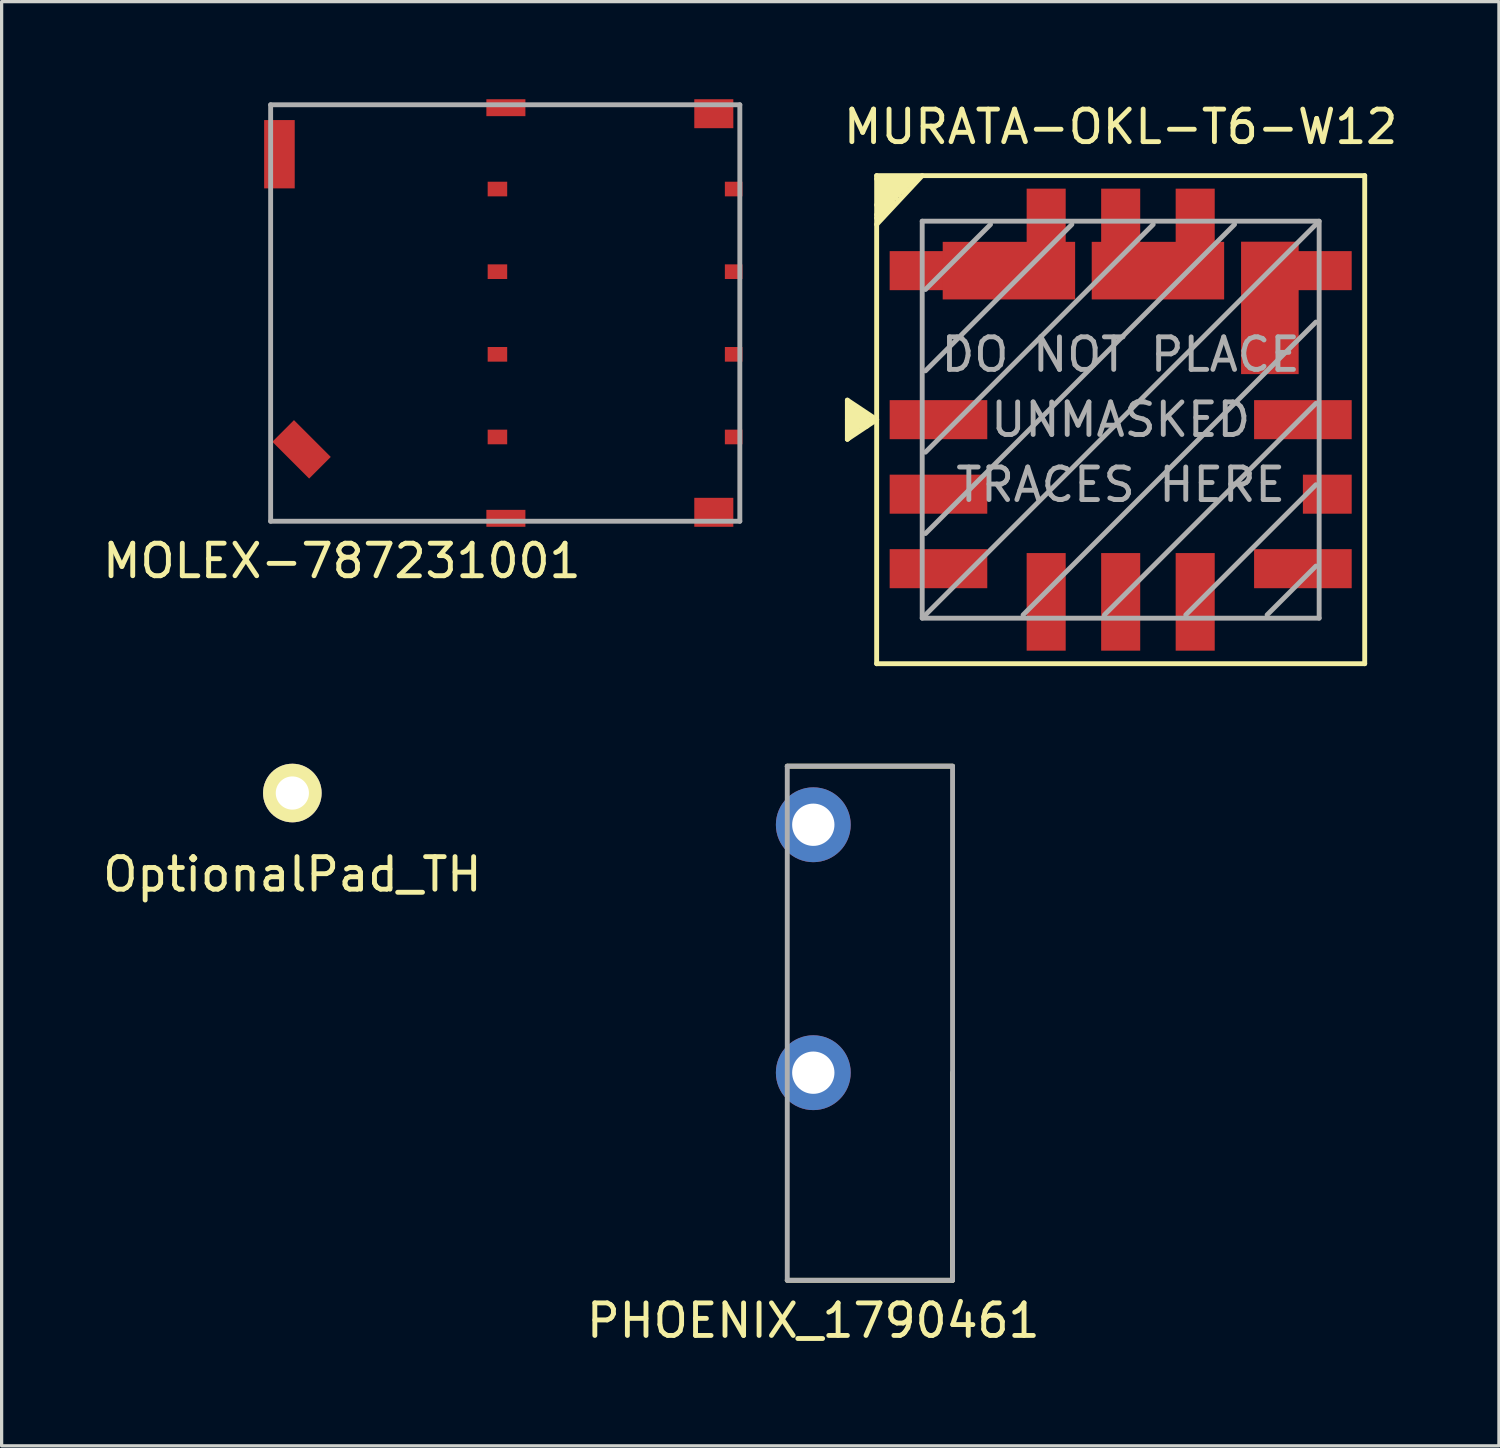
<source format=kicad_pcb>
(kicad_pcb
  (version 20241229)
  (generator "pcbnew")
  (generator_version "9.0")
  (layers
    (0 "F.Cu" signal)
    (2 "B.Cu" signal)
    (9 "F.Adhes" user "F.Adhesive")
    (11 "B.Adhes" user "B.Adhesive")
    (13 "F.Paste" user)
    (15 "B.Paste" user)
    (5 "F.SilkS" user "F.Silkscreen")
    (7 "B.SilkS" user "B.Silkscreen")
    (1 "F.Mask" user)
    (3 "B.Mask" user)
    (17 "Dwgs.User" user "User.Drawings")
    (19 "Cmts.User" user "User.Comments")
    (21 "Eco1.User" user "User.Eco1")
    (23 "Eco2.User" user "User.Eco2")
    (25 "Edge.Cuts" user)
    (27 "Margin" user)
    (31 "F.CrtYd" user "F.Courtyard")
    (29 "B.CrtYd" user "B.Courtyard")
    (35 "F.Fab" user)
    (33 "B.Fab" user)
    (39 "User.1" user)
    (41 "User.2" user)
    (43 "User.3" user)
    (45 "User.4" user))
  (footprint "OptionalPad_TH"
    (layer "F.Cu")
    (at 5.935 21.323)
    (property "Reference" "OptionalPad_TH" (at 0 2.5 0) (layer "F.SilkS") (effects (font (size 1 1) (thickness 0.15))))
    (attr through_hole)
    (pad "1" thru_hole circle (at 0 0) (size 1.8 1.8) (drill 1.02) (layers "*.Cu" "*.Mask" "F.SilkS")))
  (footprint "MURATA-OKL-T6-W12"
    (layer "F.Cu")
    (at 31.393 9.848)
    (property "Reference" "MURATA-OKL-T6-W12" (at 0 -9 0) (layer "F.SilkS") (effects (font (size 1 1) (thickness 0.15))))
    (attr through_hole)
    (fp_line (start -8.4 -0.6) (end -8.4 0.6) (stroke (width 0.15) (type solid)) (layer "F.SilkS"))
    (fp_line (start -8.4 -0.6) (end -7.5 0) (stroke (width 0.15) (type solid)) (layer "F.SilkS"))
    (fp_line (start -8.4 0.6) (end -8.3 0.5) (stroke (width 0.15) (type solid)) (layer "F.SilkS"))
    (fp_line (start -8.3 -0.4) (end -8.2 -0.3) (stroke (width 0.15) (type solid)) (layer "F.SilkS"))
    (fp_line (start -8.3 0.5) (end -8.3 -0.4) (stroke (width 0.15) (type solid)) (layer "F.SilkS"))
    (fp_line (start -8.2 -0.3) (end -8.2 0.4) (stroke (width 0.15) (type solid)) (layer "F.SilkS"))
    (fp_line (start -8.2 0.4) (end -8.1 0.3) (stroke (width 0.15) (type solid)) (layer "F.SilkS"))
    (fp_line (start -8.1 -0.3) (end -8 -0.2) (stroke (width 0.15) (type solid)) (layer "F.SilkS"))
    (fp_line (start -8.1 0.3) (end -8.1 -0.3) (stroke (width 0.15) (type solid)) (layer "F.SilkS"))
    (fp_line (start -8 -0.2) (end -8 0.2) (stroke (width 0.15) (type solid)) (layer "F.SilkS"))
    (fp_line (start -8 0.2) (end -7.9 0.2) (stroke (width 0.15) (type solid)) (layer "F.SilkS"))
    (fp_line (start -7.9 -0.2) (end -7.8 -0.1) (stroke (width 0.15) (type solid)) (layer "F.SilkS"))
    (fp_line (start -7.9 0.2) (end -7.9 -0.2) (stroke (width 0.15) (type solid)) (layer "F.SilkS"))
    (fp_line (start -7.8 -0.1) (end -7.8 0.2) (stroke (width 0.15) (type solid)) (layer "F.SilkS"))
    (fp_line (start -7.5 -7.5) (end 7.5 -7.5) (stroke (width 0.15) (type solid)) (layer "F.SilkS"))
    (fp_line (start -7.5 -7.4) (end -6.3 -7.4) (stroke (width 0.15) (type solid)) (layer "F.SilkS"))
    (fp_line (start -7.5 -6.6) (end -7 -6.6) (stroke (width 0.15) (type solid)) (layer "F.SilkS"))
    (fp_line (start -7.5 -6.2) (end -7.4 -6.2) (stroke (width 0.15) (type solid)) (layer "F.SilkS"))
    (fp_line (start -7.5 -6) (end -6.1 -7.5) (stroke (width 0.15) (type solid)) (layer "F.SilkS"))
    (fp_line (start -7.5 0) (end -8.4 0) (stroke (width 0.15) (type solid)) (layer "F.SilkS"))
    (fp_line (start -7.5 0) (end -8.4 0.6) (stroke (width 0.15) (type solid)) (layer "F.SilkS"))
    (fp_line (start -7.5 7.5) (end -7.5 -7.5) (stroke (width 0.15) (type solid)) (layer "F.SilkS"))
    (fp_line (start -7.4 -7.2) (end -6.5 -7.2) (stroke (width 0.15) (type solid)) (layer "F.SilkS"))
    (fp_line (start -7.4 -7) (end -6.7 -7) (stroke (width 0.15) (type solid)) (layer "F.SilkS"))
    (fp_line (start -7.4 -6.8) (end -6.9 -6.8) (stroke (width 0.15) (type solid)) (layer "F.SilkS"))
    (fp_line (start -7.4 -6.4) (end -7.2 -6.4) (stroke (width 0.15) (type solid)) (layer "F.SilkS"))
    (fp_line (start -7.3 -6.3) (end -7.5 -6.3) (stroke (width 0.15) (type solid)) (layer "F.SilkS"))
    (fp_line (start -7.1 -6.5) (end -7.4 -6.5) (stroke (width 0.15) (type solid)) (layer "F.SilkS"))
    (fp_line (start -7 -6.7) (end -7.4 -6.7) (stroke (width 0.15) (type solid)) (layer "F.SilkS"))
    (fp_line (start -6.8 -6.9) (end -7.4 -6.9) (stroke (width 0.15) (type solid)) (layer "F.SilkS"))
    (fp_line (start -6.6 -7.1) (end -7.4 -7.1) (stroke (width 0.15) (type solid)) (layer "F.SilkS"))
    (fp_line (start -6.4 -7.3) (end -7.4 -7.3) (stroke (width 0.15) (type solid)) (layer "F.SilkS"))
    (fp_line (start 7.5 -7.5) (end 7.5 7.5) (stroke (width 0.15) (type solid)) (layer "F.SilkS"))
    (fp_line (start 7.5 7.5) (end -7.5 7.5) (stroke (width 0.15) (type solid)) (layer "F.SilkS"))
    (fp_line (start -6.1 6.1) (end -6.1 -6.1) (stroke (width 0.15) (type solid)) (layer "F.Fab"))
    (fp_line (start -6.1 6.1) (end 6.1 6.1) (stroke (width 0.15) (type solid)) (layer "F.Fab"))
    (fp_line (start -6 -4) (end -4 -6) (stroke (width 0.15) (type solid)) (layer "F.Fab"))
    (fp_line (start -6 -1.5) (end -1.5 -6) (stroke (width 0.15) (type solid)) (layer "F.Fab"))
    (fp_line (start -6 1) (end 1 -6) (stroke (width 0.15) (type solid)) (layer "F.Fab"))
    (fp_line (start -6 3.5) (end 3.5 -6) (stroke (width 0.15) (type solid)) (layer "F.Fab"))
    (fp_line (start -6 6) (end 6 -6) (stroke (width 0.15) (type solid)) (layer "F.Fab"))
    (fp_line (start -3 6) (end 6 -3) (stroke (width 0.15) (type solid)) (layer "F.Fab"))
    (fp_line (start -0.5 6) (end 6 -0.5) (stroke (width 0.15) (type solid)) (layer "F.Fab"))
    (fp_line (start 2 6) (end 6 2) (stroke (width 0.15) (type solid)) (layer "F.Fab"))
    (fp_line (start 4.5 6) (end 6 4.5) (stroke (width 0.15) (type solid)) (layer "F.Fab"))
    (fp_line (start 6.1 -6.1) (end -6.1 -6.1) (stroke (width 0.15) (type solid)) (layer "F.Fab"))
    (fp_line (start 6.1 6.1) (end 6.1 -6.1) (stroke (width 0.15) (type solid)) (layer "F.Fab"))
    (fp_text user "TRACES HERE" (at 0 2 0) (layer "F.Fab") (effects (font (size 1 1) (thickness 0.15))))
    (fp_text user "UNMASKED" (at 0 0 0) (layer "F.Fab") (effects (font (size 1 1) (thickness 0.15))))
    (fp_text user "DO NOT PLACE" (at 0 -2 0) (layer "F.Fab") (effects (font (size 1 1) (thickness 0.15))))
    (pad "1" smd rect (at -5.6 0 90) (size 1.2 3) (layers "F.Cu" "F.Mask" "F.Paste"))
    (pad "2" smd rect (at -5.6 -4.58 90) (size 1.2 3) (layers "F.Cu" "F.Mask" "F.Paste"))
    (pad "2" smd rect (at -3.435 -4.58) (size 4.07 1.77) (layers "F.Cu" "F.Mask" "F.Paste"))
    (pad "2" smd rect (at -2.29 -5.6) (size 1.2 3) (layers "F.Cu" "F.Mask" "F.Paste"))
    (pad "3" smd rect (at 0 -5.6) (size 1.2 3) (layers "F.Cu" "F.Mask" "F.Paste"))
    (pad "3" smd rect (at 1.145 -4.58) (size 4.07 1.77) (layers "F.Cu" "F.Mask" "F.Paste"))
    (pad "3" smd rect (at 2.29 -5.6) (size 1.2 3) (layers "F.Cu" "F.Mask" "F.Paste"))
    (pad "4" smd rect (at 4.585 -3.435) (size 1.77 4.07) (layers "F.Cu" "F.Mask" "F.Paste"))
    (pad "4" smd rect (at 5.6 -4.58 90) (size 1.2 3) (layers "F.Cu" "F.Mask" "F.Paste"))
    (pad "5" smd rect (at 5.6 0 90) (size 1.2 3) (layers "F.Cu" "F.Mask" "F.Paste"))
    (pad "6" smd rect (at 5.6 4.58 90) (size 1.2 3) (layers "F.Cu" "F.Mask" "F.Paste"))
    (pad "7" smd rect (at 0 5.6) (size 1.2 3) (layers "F.Cu" "F.Mask" "F.Paste"))
    (pad "8" smd rect (at -2.29 5.6) (size 1.2 3) (layers "F.Cu" "F.Mask" "F.Paste"))
    (pad "9" smd rect (at -5.6 4.58 90) (size 1.2 3) (layers "F.Cu" "F.Mask" "F.Paste"))
    (pad "10" smd rect (at -5.6 2.29 90) (size 1.2 3) (layers "F.Cu" "F.Mask" "F.Paste"))
    (pad "11" smd rect (at 6.35 2.29 90) (size 1.2 1.5) (layers "F.Cu" "F.Mask" "F.Paste"))
    (pad "12" smd rect (at 2.29 5.6) (size 1.2 3) (layers "F.Cu" "F.Mask" "F.Paste")))
  (footprint "PHOENIX_1790461"
    (layer "F.Cu")
    (at 21.946 29.918)
    (property "Reference" "PHOENIX_1790461" (at 0 7.62 0) (layer "F.SilkS") (effects (font (size 1 1) (thickness 0.15))))
    (attr through_hole)
    (fp_line (start -0.8 -9.42) (end 4.28 -9.42) (stroke (width 0.15) (type solid)) (layer "F.SilkS"))
    (fp_line (start -0.8 6.38) (end 4.28 6.38) (stroke (width 0.15) (type solid)) (layer "F.SilkS"))
    (fp_line (start 4.28 6.38) (end 4.28 0) (stroke (width 0.15) (type solid)) (layer "F.SilkS"))
    (fp_line (start -0.8 -9.42) (end 4.28 -9.42) (stroke (width 0.15) (type solid)) (layer "F.Fab"))
    (fp_line (start -0.8 6.38) (end -0.8 -9.42) (stroke (width 0.15) (type solid)) (layer "F.Fab"))
    (fp_line (start -0.8 6.38) (end 4.28 6.38) (stroke (width 0.15) (type solid)) (layer "F.Fab"))
    (fp_line (start 4.28 6.38) (end 4.28 -9.42) (stroke (width 0.15) (type solid)) (layer "F.Fab"))
    (pad "1" thru_hole circle (at 0 -7.62) (size 2.3 2.3) (drill 1.3) (layers "*.Cu" "*.Mask"))
    (pad "1" thru_hole circle (at 0 0) (size 2.3 2.3) (drill 1.3) (layers "*.Cu" "*.Mask")))
  (footprint "MOLEX-787231001"
    (layer "F.Cu")
    (at 18.888 6.57)
    (property "Reference" "MOLEX-787231001" (at -11.43 7.62 0) (layer "F.SilkS") (effects (font (size 1 1) (thickness 0.15))))
    (attr through_hole)
    (fp_line (start -13.62 -6.4) (end -13.62 6.4) (stroke (width 0.15) (type solid)) (layer "F.Fab"))
    (fp_line (start -13.62 -6.4) (end 0.8 -6.4) (stroke (width 0.15) (type solid)) (layer "F.Fab"))
    (fp_line (start -13.62 6.4) (end 0.8 6.4) (stroke (width 0.15) (type solid)) (layer "F.Fab"))
    (fp_line (start 0.8 -6.4) (end 0.8 6.4) (stroke (width 0.15) (type solid)) (layer "F.Fab"))
    (pad "C1" smd rect (at 0.61 -3.81) (size 0.54 0.45) (layers "F.Cu" "F.Mask" "F.Paste"))
    (pad "C2" smd rect (at 0.61 -1.27) (size 0.54 0.45) (layers "F.Cu" "F.Mask" "F.Paste"))
    (pad "C3" smd rect (at 0.61 1.27) (size 0.54 0.45) (layers "F.Cu" "F.Mask" "F.Paste"))
    (pad "C4" smd rect (at 0.61 3.81) (size 0.54 0.45) (layers "F.Cu" "F.Mask" "F.Paste"))
    (pad "C5" smd rect (at -6.65 -3.81) (size 0.6 0.45) (layers "F.Cu" "F.Mask" "F.Paste"))
    (pad "C6" smd rect (at -6.65 -1.27) (size 0.6 0.45) (layers "F.Cu" "F.Mask" "F.Paste"))
    (pad "C7" smd rect (at -6.65 1.27) (size 0.6 0.45) (layers "F.Cu" "F.Mask" "F.Paste"))
    (pad "C8" smd rect (at -6.65 3.81) (size 0.6 0.45) (layers "F.Cu" "F.Mask" "F.Paste"))
    (pad "GND1" smd rect (at 0 -6.125) (size 1.2 0.89) (layers "F.Cu" "F.Mask" "F.Paste"))
    (pad "GND2" smd rect (at -6.39 -6.31) (size 1.2 0.52) (layers "F.Cu" "F.Mask" "F.Paste"))
    (pad "GND3" smd rect (at -13.35 -4.88) (size 0.94 2.1) (layers "F.Cu" "F.Mask" "F.Paste"))
    (pad "GND4" smd rect (at -12.67 4.19 315) (size 1.6 0.94) (layers "F.Cu" "F.Mask" "F.Paste"))
    (pad "GND5" smd rect (at -6.39 6.31) (size 1.2 0.52) (layers "F.Cu" "F.Mask" "F.Paste"))
    (pad "GND6" smd rect (at 0 6.125) (size 1.2 0.89) (layers "F.Cu" "F.Mask" "F.Paste")))
  (gr_rect
    (start -3 -3)
    (end 43.018 41.386)
    (stroke (width 0.1) (type default))
    (fill no)
    (layer "Edge.Cuts")))
</source>
